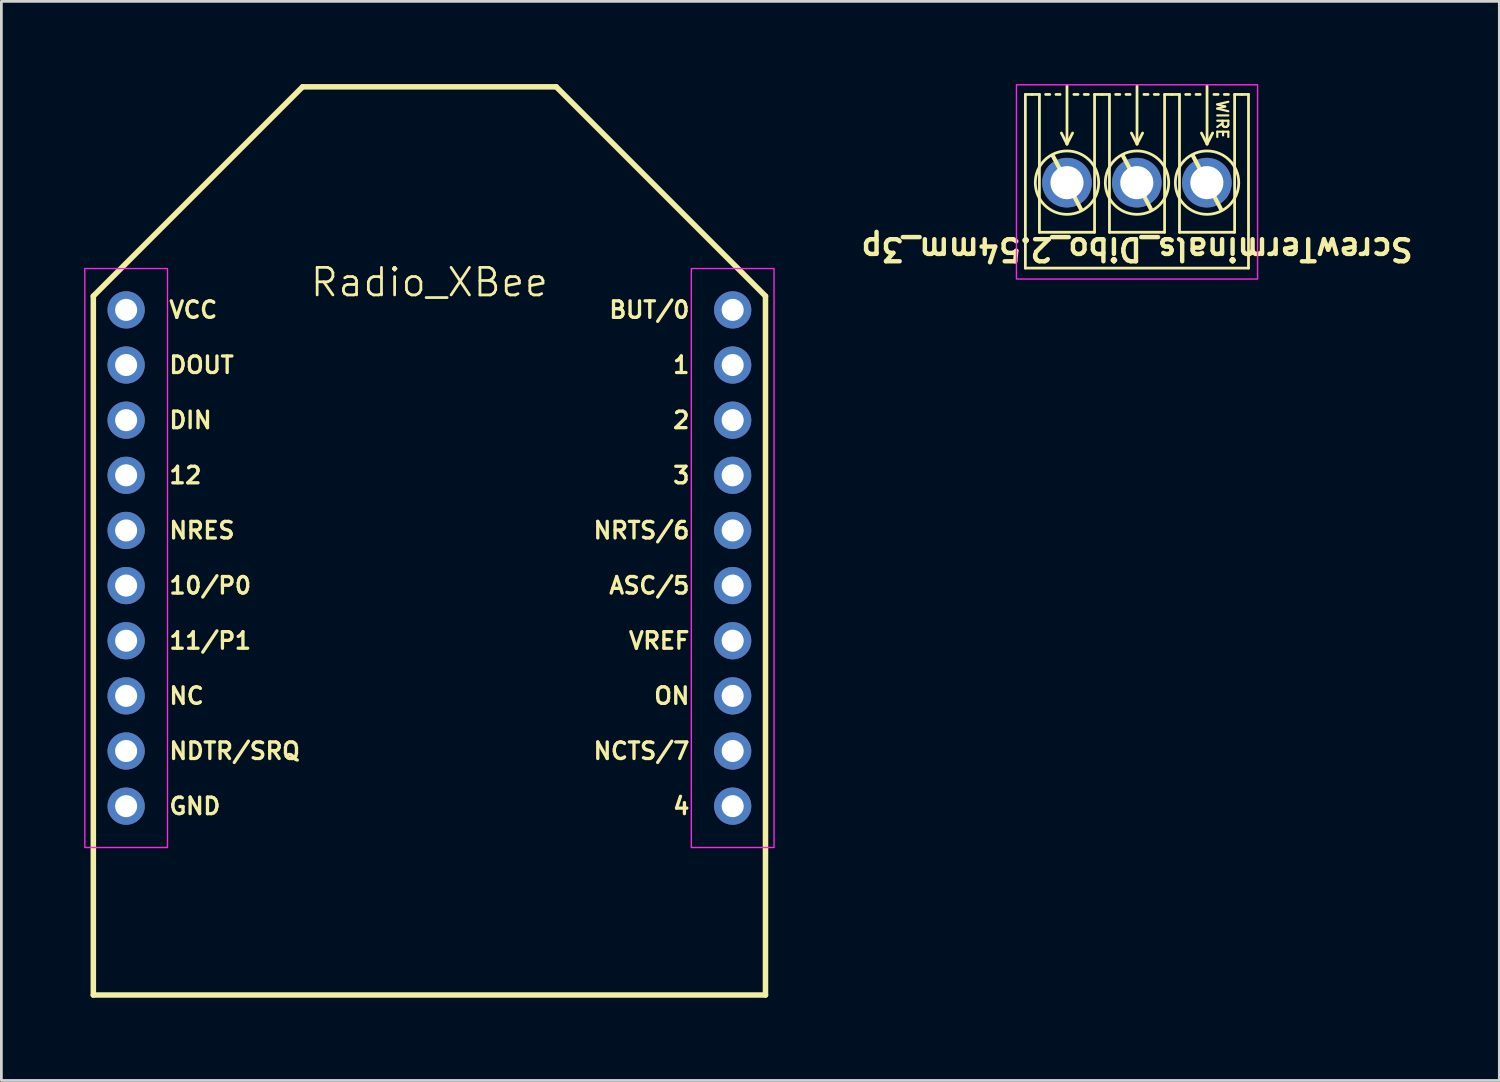
<source format=kicad_pcb>
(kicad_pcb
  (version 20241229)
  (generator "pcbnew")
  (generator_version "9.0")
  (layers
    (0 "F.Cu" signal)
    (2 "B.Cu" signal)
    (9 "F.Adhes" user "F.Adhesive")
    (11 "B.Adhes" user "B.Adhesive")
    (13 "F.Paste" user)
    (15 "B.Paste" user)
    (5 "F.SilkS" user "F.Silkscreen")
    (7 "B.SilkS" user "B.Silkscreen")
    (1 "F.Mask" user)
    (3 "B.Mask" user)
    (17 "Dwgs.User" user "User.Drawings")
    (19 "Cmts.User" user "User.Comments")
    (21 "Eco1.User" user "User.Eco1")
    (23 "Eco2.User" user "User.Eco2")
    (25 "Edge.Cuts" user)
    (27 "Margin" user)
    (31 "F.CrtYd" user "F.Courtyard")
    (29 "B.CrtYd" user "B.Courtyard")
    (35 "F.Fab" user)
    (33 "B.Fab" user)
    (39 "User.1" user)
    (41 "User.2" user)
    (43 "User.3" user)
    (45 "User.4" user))
  (footprint "Radio_XBee"
    (layer "F.Cu")
    (at 12.525 17.19)
    (property "Reference" "Radio_XBee" (at 0 -10 0) (layer "F.SilkS") (effects (font (size 1 1) (thickness 0.1))))
    (attr through_hole exclude_from_pos_files exclude_from_bom)
    (fp_line (start -12.19 -9.5) (end -4.6 -17.09) (stroke (width 0.2) (type solid)) (layer "F.SilkS"))
    (fp_line (start -12.19 15.85) (end -12.19 -9.5) (stroke (width 0.2) (type solid)) (layer "F.SilkS"))
    (fp_line (start -12.19 15.85) (end 12.19 15.85) (stroke (width 0.2) (type solid)) (layer "F.SilkS"))
    (fp_line (start -4.6 -17.09) (end 4.6 -17.09) (stroke (width 0.2) (type solid)) (layer "F.SilkS"))
    (fp_line (start 12.19 -9.5) (end 4.6 -17.09) (stroke (width 0.2) (type solid)) (layer "F.SilkS"))
    (fp_line (start 12.19 15.85) (end 12.19 -9.5) (stroke (width 0.2) (type solid)) (layer "F.SilkS"))
    (fp_rect (start -12.5 -10.5) (end -9.5 10.5) (stroke (width 0.05) (type default)) (fill no) (layer "F.CrtYd"))
    (fp_rect (start 9.5 -10.5) (end 12.5 10.5) (stroke (width 0.05) (type default)) (fill no) (layer "F.CrtYd"))
    (fp_text user "ASC/5" (at 9.5 1 0) (unlocked yes) (layer "F.SilkS") (effects (font (size 0.6 0.6) (thickness 0.12) (bold yes)) (justify right)))
    (fp_text user "4" (at 9.5 9 0) (unlocked yes) (layer "F.SilkS") (effects (font (size 0.6 0.6) (thickness 0.12) (bold yes)) (justify right)))
    (fp_text user "NDTR/SRQ" (at -9.5 7 0) (unlocked yes) (layer "F.SilkS") (effects (font (size 0.6 0.6) (thickness 0.12) (bold yes)) (justify left)))
    (fp_text user "3" (at 9.5 -3 0) (unlocked yes) (layer "F.SilkS") (effects (font (size 0.6 0.6) (thickness 0.12) (bold yes)) (justify right)))
    (fp_text user "2" (at 9.5 -5 0) (unlocked yes) (layer "F.SilkS") (effects (font (size 0.6 0.6) (thickness 0.12) (bold yes)) (justify right)))
    (fp_text user "NRES" (at -9.5 -1 0) (unlocked yes) (layer "F.SilkS") (effects (font (size 0.6 0.6) (thickness 0.12) (bold yes)) (justify left)))
    (fp_text user "10/P0" (at -9.5 1 0) (unlocked yes) (layer "F.SilkS") (effects (font (size 0.6 0.6) (thickness 0.12) (bold yes)) (justify left)))
    (fp_text user "VCC" (at -9.5 -9 0) (unlocked yes) (layer "F.SilkS") (effects (font (size 0.6 0.6) (thickness 0.12) (bold yes)) (justify left)))
    (fp_text user "12" (at -9.5 -3 0) (unlocked yes) (layer "F.SilkS") (effects (font (size 0.6 0.6) (thickness 0.12) (bold yes)) (justify left)))
    (fp_text user "GND" (at -9.5 9 0) (unlocked yes) (layer "F.SilkS") (effects (font (size 0.6 0.6) (thickness 0.12) (bold yes)) (justify left)))
    (fp_text user "DIN" (at -9.5 -5 0) (unlocked yes) (layer "F.SilkS") (effects (font (size 0.6 0.6) (thickness 0.12) (bold yes)) (justify left)))
    (fp_text user "ON" (at 9.5 5 0) (unlocked yes) (layer "F.SilkS") (effects (font (size 0.6 0.6) (thickness 0.12) (bold yes)) (justify right)))
    (fp_text user "NC" (at -9.5 5 0) (unlocked yes) (layer "F.SilkS") (effects (font (size 0.6 0.6) (thickness 0.12) (bold yes)) (justify left)))
    (fp_text user "DOUT" (at -9.5 -7 0) (unlocked yes) (layer "F.SilkS") (effects (font (size 0.6 0.6) (thickness 0.12) (bold yes)) (justify left)))
    (fp_text user "NRTS/6" (at 9.5 -1 0) (unlocked yes) (layer "F.SilkS") (effects (font (size 0.6 0.6) (thickness 0.12) (bold yes)) (justify right)))
    (fp_text user "NCTS/7" (at 9.5 7 0) (unlocked yes) (layer "F.SilkS") (effects (font (size 0.6 0.6) (thickness 0.12) (bold yes)) (justify right)))
    (fp_text user "BUT/0" (at 9.5 -9 0) (unlocked yes) (layer "F.SilkS") (effects (font (size 0.6 0.6) (thickness 0.12) (bold yes)) (justify right)))
    (fp_text user "11/P1" (at -9.5 3 0) (unlocked yes) (layer "F.SilkS") (effects (font (size 0.6 0.6) (thickness 0.12) (bold yes)) (justify left)))
    (fp_text user "VREF" (at 9.5 3 0) (unlocked yes) (layer "F.SilkS") (effects (font (size 0.6 0.6) (thickness 0.12) (bold yes)) (justify right)))
    (fp_text user "1" (at 9.5 -7 0) (unlocked yes) (layer "F.SilkS") (effects (font (size 0.6 0.6) (thickness 0.12) (bold yes)) (justify right)))
    (pad "1" thru_hole circle (at -11 -9) (size 1.35 1.35) (drill 0.8) (layers "*.Cu" "*.Mask"))
    (pad "2" thru_hole oval (at -11 -7) (size 1.35 1.35) (drill 0.8) (layers "*.Cu" "*.Mask"))
    (pad "3" thru_hole oval (at -11 -5) (size 1.35 1.35) (drill 0.8) (layers "*.Cu" "*.Mask"))
    (pad "4" thru_hole oval (at -11 -3) (size 1.35 1.35) (drill 0.8) (layers "*.Cu" "*.Mask"))
    (pad "5" thru_hole oval (at -11 -1) (size 1.35 1.35) (drill 0.8) (layers "*.Cu" "*.Mask"))
    (pad "6" thru_hole oval (at -11 1) (size 1.35 1.35) (drill 0.8) (layers "*.Cu" "*.Mask"))
    (pad "7" thru_hole oval (at -11 3) (size 1.35 1.35) (drill 0.8) (layers "*.Cu" "*.Mask"))
    (pad "8" thru_hole oval (at -11 5) (size 1.35 1.35) (drill 0.8) (layers "*.Cu" "*.Mask"))
    (pad "9" thru_hole oval (at -11 7) (size 1.35 1.35) (drill 0.8) (layers "*.Cu" "*.Mask"))
    (pad "10" thru_hole oval (at -11 9) (size 1.35 1.35) (drill 0.8) (layers "*.Cu" "*.Mask"))
    (pad "11" thru_hole circle (at 11 9 180) (size 1.35 1.35) (drill 0.8) (layers "*.Cu" "*.Mask"))
    (pad "12" thru_hole oval (at 11 7 180) (size 1.35 1.35) (drill 0.8) (layers "*.Cu" "*.Mask"))
    (pad "13" thru_hole oval (at 11 5 180) (size 1.35 1.35) (drill 0.8) (layers "*.Cu" "*.Mask"))
    (pad "14" thru_hole oval (at 11 3 180) (size 1.35 1.35) (drill 0.8) (layers "*.Cu" "*.Mask"))
    (pad "15" thru_hole oval (at 11 1 180) (size 1.35 1.35) (drill 0.8) (layers "*.Cu" "*.Mask"))
    (pad "16" thru_hole oval (at 11 -1 180) (size 1.35 1.35) (drill 0.8) (layers "*.Cu" "*.Mask"))
    (pad "17" thru_hole oval (at 11 -3 180) (size 1.35 1.35) (drill 0.8) (layers "*.Cu" "*.Mask"))
    (pad "18" thru_hole oval (at 11 -5 180) (size 1.35 1.35) (drill 0.8) (layers "*.Cu" "*.Mask"))
    (pad "19" thru_hole oval (at 11 -7 180) (size 1.35 1.35) (drill 0.8) (layers "*.Cu" "*.Mask"))
    (pad "20" thru_hole oval (at 11 -9 180) (size 1.35 1.35) (drill 0.8) (layers "*.Cu" "*.Mask")))
  (footprint "ScrewTerminals_Dibo_2.54mm_3p"
    (layer "F.Cu")
    (at 38.184 3.575)
    (property "Reference" "ScrewTerminals_Dibo_2.54mm_3p" (at 0.007 2.413 180) (unlocked yes) (layer "F.SilkS") (effects (font (size 0.8 0.8) (thickness 0.16) (bold yes))))
    (attr through_hole)
    (fp_line (start -4.043 -3.2) (end -4.043 3.1) (stroke (width 0.1) (type default)) (layer "F.SilkS"))
    (fp_line (start -4.043 -3.2) (end -3.803 -3.2) (stroke (width 0.1) (type default)) (layer "F.SilkS"))
    (fp_line (start -3.533 -3.2) (end -3.803 -3.2) (stroke (width 0.1) (type default)) (layer "F.SilkS"))
    (fp_line (start -3.533 1.8) (end -3.533 -3.2) (stroke (width 0.1) (type solid)) (layer "F.SilkS"))
    (fp_line (start -3.158 -3.2) (end -3.308 -3.2) (stroke (width 0.1) (type default)) (layer "F.SilkS"))
    (fp_line (start -2.783 -3.2) (end -2.933 -3.2) (stroke (width 0.1) (type default)) (layer "F.SilkS"))
    (fp_line (start -2.533 -3.5) (end -2.533 -1.4) (stroke (width 0.1) (type default)) (layer "F.SilkS"))
    (fp_line (start -2.533 -1.4) (end -2.736 -1.8) (stroke (width 0.1) (type default)) (layer "F.SilkS"))
    (fp_line (start -2.533 -1.4) (end -2.33 -1.8) (stroke (width 0.1) (type default)) (layer "F.SilkS"))
    (fp_line (start -2.133 -3.2) (end -2.283 -3.2) (stroke (width 0.1) (type default)) (layer "F.SilkS"))
    (fp_line (start -2.025 0.965) (end -3.041 -0.965) (stroke (width 0.15) (type default)) (layer "F.SilkS"))
    (fp_line (start -1.758 -3.2) (end -1.908 -3.2) (stroke (width 0.1) (type default)) (layer "F.SilkS"))
    (fp_line (start -1.533 -3.2) (end -1.533 1.8) (stroke (width 0.1) (type solid)) (layer "F.SilkS"))
    (fp_line (start -1.533 1.8) (end -3.533 1.8) (stroke (width 0.1) (type solid)) (layer "F.SilkS"))
    (fp_line (start -1.263 -3.2) (end -1.533 -3.2) (stroke (width 0.1) (type default)) (layer "F.SilkS"))
    (fp_line (start -0.993 -3.2) (end -1.263 -3.2) (stroke (width 0.1) (type default)) (layer "F.SilkS"))
    (fp_line (start -0.993 1.8) (end -0.993 -3.2) (stroke (width 0.1) (type solid)) (layer "F.SilkS"))
    (fp_line (start -0.618 -3.2) (end -0.768 -3.2) (stroke (width 0.1) (type default)) (layer "F.SilkS"))
    (fp_line (start -0.243 -3.2) (end -0.393 -3.2) (stroke (width 0.1) (type default)) (layer "F.SilkS"))
    (fp_line (start 0.007 -3.5) (end 0.007 -1.4) (stroke (width 0.1) (type default)) (layer "F.SilkS"))
    (fp_line (start 0.007 -1.4) (end -0.196 -1.8) (stroke (width 0.1) (type default)) (layer "F.SilkS"))
    (fp_line (start 0.007 -1.4) (end 0.21 -1.8) (stroke (width 0.1) (type default)) (layer "F.SilkS"))
    (fp_line (start 0.407 -3.2) (end 0.257 -3.2) (stroke (width 0.1) (type default)) (layer "F.SilkS"))
    (fp_line (start 0.515 0.965) (end -0.501 -0.965) (stroke (width 0.15) (type default)) (layer "F.SilkS"))
    (fp_line (start 0.782 -3.2) (end 0.632 -3.2) (stroke (width 0.1) (type default)) (layer "F.SilkS"))
    (fp_line (start 1.007 -3.2) (end 1.007 1.8) (stroke (width 0.1) (type solid)) (layer "F.SilkS"))
    (fp_line (start 1.007 1.8) (end -0.993 1.8) (stroke (width 0.1) (type solid)) (layer "F.SilkS"))
    (fp_line (start 1.277 -3.2) (end 1.007 -3.2) (stroke (width 0.1) (type default)) (layer "F.SilkS"))
    (fp_line (start 1.547 -3.2) (end 1.277 -3.2) (stroke (width 0.1) (type default)) (layer "F.SilkS"))
    (fp_line (start 1.547 1.8) (end 1.547 -3.2) (stroke (width 0.1) (type solid)) (layer "F.SilkS"))
    (fp_line (start 1.922 -3.2) (end 1.772 -3.2) (stroke (width 0.1) (type default)) (layer "F.SilkS"))
    (fp_line (start 2.297 -3.2) (end 2.147 -3.2) (stroke (width 0.1) (type default)) (layer "F.SilkS"))
    (fp_line (start 2.547 -3.5) (end 2.547 -1.4) (stroke (width 0.1) (type default)) (layer "F.SilkS"))
    (fp_line (start 2.547 -1.4) (end 2.344 -1.8) (stroke (width 0.1) (type default)) (layer "F.SilkS"))
    (fp_line (start 2.547 -1.4) (end 2.75 -1.8) (stroke (width 0.1) (type default)) (layer "F.SilkS"))
    (fp_line (start 2.947 -3.2) (end 2.797 -3.2) (stroke (width 0.1) (type default)) (layer "F.SilkS"))
    (fp_line (start 3.055 0.965) (end 2.039 -0.965) (stroke (width 0.15) (type default)) (layer "F.SilkS"))
    (fp_line (start 3.322 -3.2) (end 3.172 -3.2) (stroke (width 0.1) (type default)) (layer "F.SilkS"))
    (fp_line (start 3.547 -3.2) (end 3.547 1.8) (stroke (width 0.1) (type solid)) (layer "F.SilkS"))
    (fp_line (start 3.547 1.8) (end 1.547 1.8) (stroke (width 0.1) (type solid)) (layer "F.SilkS"))
    (fp_line (start 3.817 -3.2) (end 3.547 -3.2) (stroke (width 0.1) (type default)) (layer "F.SilkS"))
    (fp_line (start 4.05 -3.2) (end 3.81 -3.2) (stroke (width 0.1) (type default)) (layer "F.SilkS"))
    (fp_line (start 4.05 -3.2) (end 4.05 3.1) (stroke (width 0.1) (type default)) (layer "F.SilkS"))
    (fp_line (start 4.05 3.1) (end -4.043 3.1) (stroke (width 0.1) (type default)) (layer "F.SilkS"))
    (fp_circle (center -2.533 0) (end -1.383 0) (stroke (width 0.1) (type default)) (fill no) (layer "F.SilkS"))
    (fp_circle (center 0.007 0) (end 1.157 0) (stroke (width 0.1) (type default)) (fill no) (layer "F.SilkS"))
    (fp_circle (center 2.547 0) (end 3.697 0) (stroke (width 0.1) (type default)) (fill no) (layer "F.SilkS"))
    (fp_rect (start -4.366 -3.55) (end 4.38 3.496) (stroke (width 0.05) (type default)) (fill no) (layer "F.CrtYd"))
    (fp_text user "WIRE" (at 3.099 -2.286 270) (unlocked yes) (layer "F.SilkS") (effects (font (size 0.4 0.4) (thickness 0.08) (bold yes))))
    (pad "1" thru_hole circle (at 2.54 0 180) (size 1.8 1.8) (drill 1.2) (layers "*.Cu" "*.Mask"))
    (pad "2" thru_hole circle (at 0 0 180) (size 1.8 1.8) (drill 1.2) (layers "*.Cu" "*.Mask"))
    (pad "3" thru_hole circle (at -2.533 0 180) (size 1.8 1.8) (drill 1.2) (layers "*.Cu" "*.Mask")))
  (gr_rect
    (start -3 -3)
    (end 51.332 36.14)
    (stroke (width 0.1) (type default))
    (fill no)
    (layer "Edge.Cuts")))
</source>
